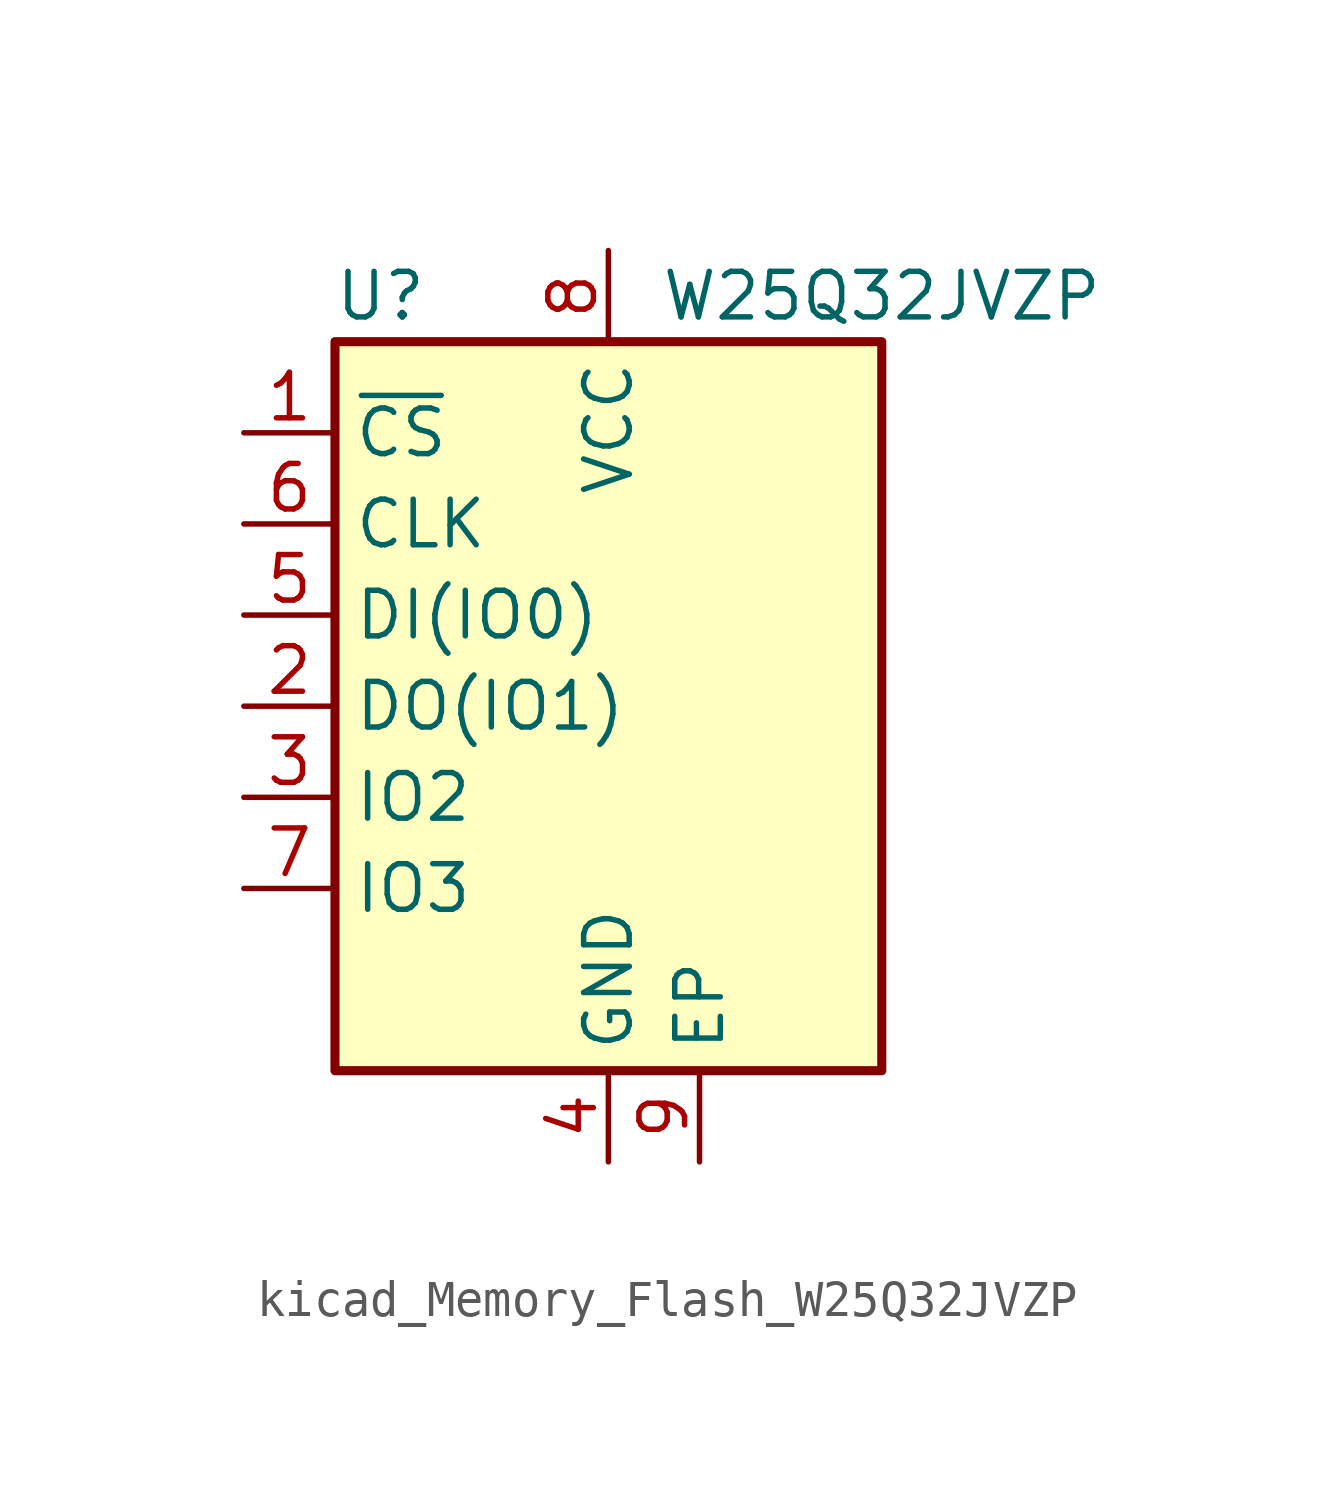
<source format=kicad_sym>
(kicad_symbol_lib
  (version 20220914)
  (generator kicad_symbol_editor)
  (symbol "kicad_Memory_Flash_W25Q32JVZP"
    (property "Reference" "U"
      (at -6.35 11.43 0)
      (effects (font (size 1.27 1.27))))
    (property "Value" "W25Q32JVZP"
      (at 7.62 11.43 0)
      (effects (font (size 1.27 1.27))))
    (symbol "kicad_Memory_Flash_W25Q32JVZP_0_1"
      (rectangle (start -7.62 10.16) (end 7.62 -10.16) (stroke (width 0.254) (type default)) (fill (type background))))
    (symbol "kicad_Memory_Flash_W25Q32JVZP_1_1"
      (pin input line (at -10.16 7.62 0) (length 2.54) (name "~{CS}" (effects (font (size 1.27 1.27)))) (number "1" (effects (font (size 1.27 1.27)))))
      (pin bidirectional line (at -10.16 0 0) (length 2.54) (name "DO(IO1)" (effects (font (size 1.27 1.27)))) (number "2" (effects (font (size 1.27 1.27)))))
      (pin bidirectional line (at -10.16 -2.54 0) (length 2.54) (name "IO2" (effects (font (size 1.27 1.27)))) (number "3" (effects (font (size 1.27 1.27)))))
      (pin power_in line (at 0 -12.7 90) (length 2.54) (name "GND" (effects (font (size 1.27 1.27)))) (number "4" (effects (font (size 1.27 1.27)))))
      (pin bidirectional line (at -10.16 2.54 0) (length 2.54) (name "DI(IO0)" (effects (font (size 1.27 1.27)))) (number "5" (effects (font (size 1.27 1.27)))))
      (pin input line (at -10.16 5.08 0) (length 2.54) (name "CLK" (effects (font (size 1.27 1.27)))) (number "6" (effects (font (size 1.27 1.27)))))
      (pin bidirectional line (at -10.16 -5.08 0) (length 2.54) (name "IO3" (effects (font (size 1.27 1.27)))) (number "7" (effects (font (size 1.27 1.27)))))
      (pin power_in line (at 0 12.7 270) (length 2.54) (name "VCC" (effects (font (size 1.27 1.27)))) (number "8" (effects (font (size 1.27 1.27)))))
      (pin passive line (at 2.54 -12.7 90) (length 2.54) (name "EP" (effects (font (size 1.27 1.27)))) (number "9" (effects (font (size 1.27 1.27))))))))
</source>
